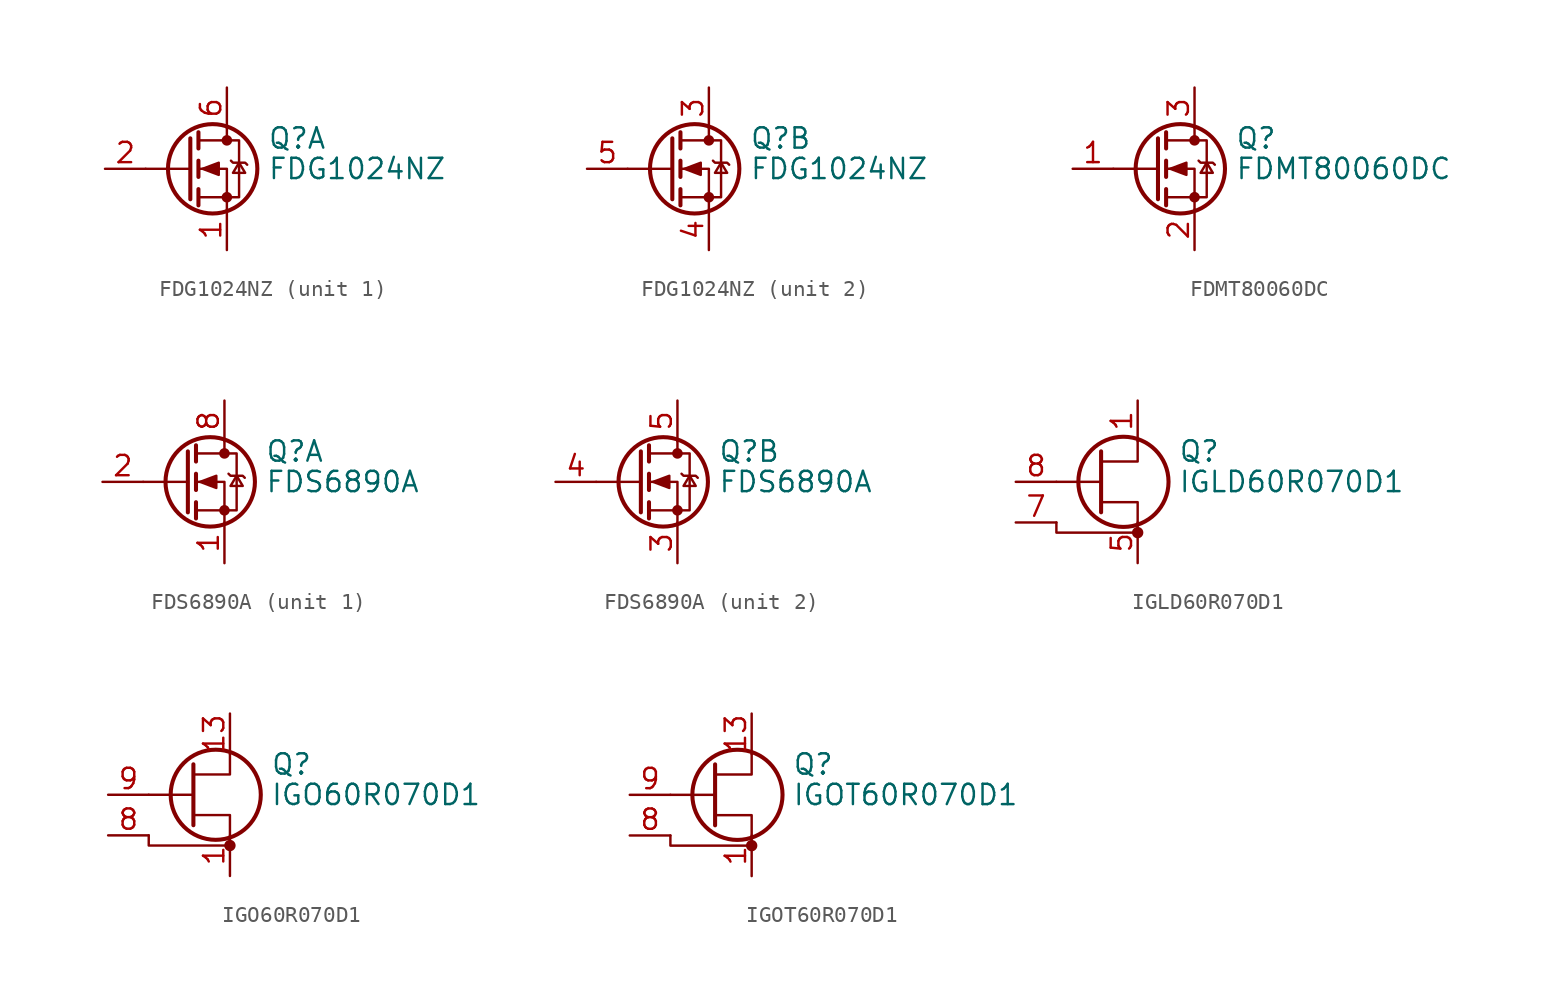
<source format=kicad_sym>
(kicad_symbol_lib
  (version 20211014)
  (generator kicad_symbol_editor)
  (symbol "FDG1024NZ"
    (pin_names hide)
    (property "Reference" "Q"
      (at 5.08 1.905 0)
      (effects (font (size 1.27 1.27)) (justify left)))
    (property "Value" "FDG1024NZ"
      (at 5.08 0 0)
      (effects (font (size 1.27 1.27)) (justify left)))
    (symbol "FDG1024NZ_0_1"
      (polyline (pts (xy 0.254 0) (xy -2.54 0)) (stroke (width 0) (type default) (color 0 0 0 0)) (fill (type none)))
      (polyline (pts (xy 0.254 1.905) (xy 0.254 -1.905)) (stroke (width 0.254) (type default) (color 0 0 0 0)) (fill (type none)))
      (polyline (pts (xy 0.762 -1.27) (xy 0.762 -2.286)) (stroke (width 0.254) (type default) (color 0 0 0 0)) (fill (type none)))
      (polyline (pts (xy 0.762 0.508) (xy 0.762 -0.508)) (stroke (width 0.254) (type default) (color 0 0 0 0)) (fill (type none)))
      (polyline (pts (xy 0.762 2.286) (xy 0.762 1.27)) (stroke (width 0.254) (type default) (color 0 0 0 0)) (fill (type none)))
      (polyline (pts (xy 2.54 2.54) (xy 2.54 1.778)) (stroke (width 0) (type default) (color 0 0 0 0)) (fill (type none)))
      (polyline (pts (xy 2.54 -2.54) (xy 2.54 0) (xy 0.762 0)) (stroke (width 0) (type default) (color 0 0 0 0)) (fill (type none)))
      (polyline (pts (xy 0.762 -1.778) (xy 3.302 -1.778) (xy 3.302 1.778) (xy 0.762 1.778)) (stroke (width 0) (type default) (color 0 0 0 0)) (fill (type none)))
      (polyline (pts (xy 1.016 0) (xy 2.032 0.381) (xy 2.032 -0.381) (xy 1.016 0)) (stroke (width 0) (type default) (color 0 0 0 0)) (fill (type outline)))
      (polyline (pts (xy 2.794 0.508) (xy 2.921 0.381) (xy 3.683 0.381) (xy 3.81 0.254)) (stroke (width 0) (type default) (color 0 0 0 0)) (fill (type none)))
      (polyline (pts (xy 3.302 0.381) (xy 2.921 -0.254) (xy 3.683 -0.254) (xy 3.302 0.381)) (stroke (width 0) (type default) (color 0 0 0 0)) (fill (type none)))
      (circle (center 1.651 0) (radius 2.794) (stroke (width 0.254) (type default) (color 0 0 0 0)) (fill (type none)))
      (circle (center 2.54 -1.778) (radius 0.254) (stroke (width 0) (type default) (color 0 0 0 0)) (fill (type outline)))
      (circle (center 2.54 1.778) (radius 0.254) (stroke (width 0) (type default) (color 0 0 0 0)) (fill (type outline))))
    (symbol "FDG1024NZ_1_1"
      (pin passive line (at 2.54 -5.08 90) (length 2.54) (name "S" (effects (font (size 1.27 1.27)))) (number "1" (effects (font (size 1.27 1.27)))))
      (pin passive line (at -5.08 0 0) (length 2.54) (name "G" (effects (font (size 1.27 1.27)))) (number "2" (effects (font (size 1.27 1.27)))))
      (pin passive line (at 2.54 5.08 270) (length 2.54) (name "D" (effects (font (size 1.27 1.27)))) (number "6" (effects (font (size 1.27 1.27))))))
    (symbol "FDG1024NZ_2_1"
      (pin passive line (at 2.54 5.08 270) (length 2.54) (name "D" (effects (font (size 1.27 1.27)))) (number "3" (effects (font (size 1.27 1.27)))))
      (pin passive line (at 2.54 -5.08 90) (length 2.54) (name "S" (effects (font (size 1.27 1.27)))) (number "4" (effects (font (size 1.27 1.27)))))
      (pin passive line (at -5.08 0 0) (length 2.54) (name "G" (effects (font (size 1.27 1.27)))) (number "5" (effects (font (size 1.27 1.27)))))))
  (symbol "FDMT80060DC"
    (pin_names hide)
    (property "Reference" "Q"
      (at 5.08 1.905 0)
      (effects (font (size 1.27 1.27)) (justify left)))
    (property "Value" "FDMT80060DC"
      (at 5.08 0 0)
      (effects (font (size 1.27 1.27)) (justify left)))
    (symbol "FDMT80060DC_0_1"
      (polyline (pts (xy 0.254 0) (xy -2.54 0)) (stroke (width 0) (type default) (color 0 0 0 0)) (fill (type none)))
      (polyline (pts (xy 0.254 1.905) (xy 0.254 -1.905)) (stroke (width 0.254) (type default) (color 0 0 0 0)) (fill (type none)))
      (polyline (pts (xy 0.762 -1.27) (xy 0.762 -2.286)) (stroke (width 0.254) (type default) (color 0 0 0 0)) (fill (type none)))
      (polyline (pts (xy 0.762 0.508) (xy 0.762 -0.508)) (stroke (width 0.254) (type default) (color 0 0 0 0)) (fill (type none)))
      (polyline (pts (xy 0.762 2.286) (xy 0.762 1.27)) (stroke (width 0.254) (type default) (color 0 0 0 0)) (fill (type none)))
      (polyline (pts (xy 2.54 2.54) (xy 2.54 1.778)) (stroke (width 0) (type default) (color 0 0 0 0)) (fill (type none)))
      (polyline (pts (xy 2.54 -2.54) (xy 2.54 0) (xy 0.762 0)) (stroke (width 0) (type default) (color 0 0 0 0)) (fill (type none)))
      (polyline (pts (xy 0.762 -1.778) (xy 3.302 -1.778) (xy 3.302 1.778) (xy 0.762 1.778)) (stroke (width 0) (type default) (color 0 0 0 0)) (fill (type none)))
      (polyline (pts (xy 1.016 0) (xy 2.032 0.381) (xy 2.032 -0.381) (xy 1.016 0)) (stroke (width 0) (type default) (color 0 0 0 0)) (fill (type outline)))
      (polyline (pts (xy 2.794 0.508) (xy 2.921 0.381) (xy 3.683 0.381) (xy 3.81 0.254)) (stroke (width 0) (type default) (color 0 0 0 0)) (fill (type none)))
      (polyline (pts (xy 3.302 0.381) (xy 2.921 -0.254) (xy 3.683 -0.254) (xy 3.302 0.381)) (stroke (width 0) (type default) (color 0 0 0 0)) (fill (type none)))
      (circle (center 1.651 0) (radius 2.794) (stroke (width 0.254) (type default) (color 0 0 0 0)) (fill (type none)))
      (circle (center 2.54 -1.778) (radius 0.254) (stroke (width 0) (type default) (color 0 0 0 0)) (fill (type outline)))
      (circle (center 2.54 1.778) (radius 0.254) (stroke (width 0) (type default) (color 0 0 0 0)) (fill (type outline))))
    (symbol "FDMT80060DC_1_1"
      (pin passive line (at -5.08 0 0) (length 2.54) (name "G" (effects (font (size 1.27 1.27)))) (number "1" (effects (font (size 1.27 1.27)))))
      (pin passive line (at 2.54 -5.08 90) (length 2.54) (name "S" (effects (font (size 1.27 1.27)))) (number "2" (effects (font (size 1.27 1.27)))))
      (pin passive line (at 2.54 5.08 270) (length 2.54) (name "D" (effects (font (size 1.27 1.27)))) (number "3" (effects (font (size 1.27 1.27)))))))
  (symbol "FDS6890A"
    (pin_names hide)
    (property "Reference" "Q"
      (at 5.08 1.905 0)
      (effects (font (size 1.27 1.27)) (justify left)))
    (property "Value" "FDS6890A"
      (at 5.08 0 0)
      (effects (font (size 1.27 1.27)) (justify left)))
    (symbol "FDS6890A_0_1"
      (polyline (pts (xy 0.254 0) (xy -2.54 0)) (stroke (width 0) (type default) (color 0 0 0 0)) (fill (type none)))
      (polyline (pts (xy 0.254 1.905) (xy 0.254 -1.905)) (stroke (width 0.254) (type default) (color 0 0 0 0)) (fill (type none)))
      (polyline (pts (xy 0.762 -1.27) (xy 0.762 -2.286)) (stroke (width 0.254) (type default) (color 0 0 0 0)) (fill (type none)))
      (polyline (pts (xy 0.762 0.508) (xy 0.762 -0.508)) (stroke (width 0.254) (type default) (color 0 0 0 0)) (fill (type none)))
      (polyline (pts (xy 0.762 2.286) (xy 0.762 1.27)) (stroke (width 0.254) (type default) (color 0 0 0 0)) (fill (type none)))
      (polyline (pts (xy 2.54 2.54) (xy 2.54 1.778)) (stroke (width 0) (type default) (color 0 0 0 0)) (fill (type none)))
      (polyline (pts (xy 2.54 -2.54) (xy 2.54 0) (xy 0.762 0)) (stroke (width 0) (type default) (color 0 0 0 0)) (fill (type none)))
      (polyline (pts (xy 0.762 -1.778) (xy 3.302 -1.778) (xy 3.302 1.778) (xy 0.762 1.778)) (stroke (width 0) (type default) (color 0 0 0 0)) (fill (type none)))
      (polyline (pts (xy 1.016 0) (xy 2.032 0.381) (xy 2.032 -0.381) (xy 1.016 0)) (stroke (width 0) (type default) (color 0 0 0 0)) (fill (type outline)))
      (polyline (pts (xy 2.794 0.508) (xy 2.921 0.381) (xy 3.683 0.381) (xy 3.81 0.254)) (stroke (width 0) (type default) (color 0 0 0 0)) (fill (type none)))
      (polyline (pts (xy 3.302 0.381) (xy 2.921 -0.254) (xy 3.683 -0.254) (xy 3.302 0.381)) (stroke (width 0) (type default) (color 0 0 0 0)) (fill (type none)))
      (circle (center 1.651 0) (radius 2.794) (stroke (width 0.254) (type default) (color 0 0 0 0)) (fill (type none)))
      (circle (center 2.54 -1.778) (radius 0.254) (stroke (width 0) (type default) (color 0 0 0 0)) (fill (type outline)))
      (circle (center 2.54 1.778) (radius 0.254) (stroke (width 0) (type default) (color 0 0 0 0)) (fill (type outline))))
    (symbol "FDS6890A_1_1"
      (pin passive line (at 2.54 -5.08 90) (length 2.54) (name "S1" (effects (font (size 1.27 1.27)))) (number "1" (effects (font (size 1.27 1.27)))))
      (pin passive line (at -5.08 0 0) (length 2.54) (name "G1" (effects (font (size 1.27 1.27)))) (number "2" (effects (font (size 1.27 1.27)))))
      (pin passive line (at 2.54 5.08 270) (length 2.54) hide (name "D1" (effects (font (size 1.27 1.27)))) (number "7" (effects (font (size 1.27 1.27)))))
      (pin passive line (at 2.54 5.08 270) (length 2.54) (name "D1" (effects (font (size 1.27 1.27)))) (number "8" (effects (font (size 1.27 1.27))))))
    (symbol "FDS6890A_2_1"
      (pin passive line (at 2.54 -5.08 90) (length 2.54) (name "S2" (effects (font (size 1.27 1.27)))) (number "3" (effects (font (size 1.27 1.27)))))
      (pin passive line (at -5.08 0 0) (length 2.54) (name "G2" (effects (font (size 1.27 1.27)))) (number "4" (effects (font (size 1.27 1.27)))))
      (pin passive line (at 2.54 5.08 270) (length 2.54) (name "D2" (effects (font (size 1.27 1.27)))) (number "5" (effects (font (size 1.27 1.27)))))
      (pin passive line (at 2.54 5.08 270) (length 2.54) hide (name "D2" (effects (font (size 1.27 1.27)))) (number "6" (effects (font (size 1.27 1.27)))))))
  (symbol "IGLD60R070D1"
    (pin_names
      (offset 0) hide)
    (property "Reference" "Q"
      (at 5.08 1.905 0)
      (effects (font (size 1.27 1.27)) (justify left)))
    (property "Value" "IGLD60R070D1"
      (at 5.08 0 0)
      (effects (font (size 1.27 1.27)) (justify left)))
    (symbol "IGLD60R070D1_0_1"
      (polyline (pts (xy -2.54 0) (xy 0.254 0)) (stroke (width 0) (type default) (color 0 0 0 0)) (fill (type none)))
      (polyline (pts (xy -2.54 -2.54) (xy -2.54 -3.175) (xy 2.54 -3.175)) (stroke (width 0) (type default) (color 0 0 0 0)) (fill (type none)))
      (polyline (pts (xy 0.254 -1.27) (xy 2.54 -1.27) (xy 2.54 -2.54)) (stroke (width 0) (type default) (color 0 0 0 0)) (fill (type none)))
      (polyline (pts (xy 0.254 1.905) (xy 0.254 -1.905) (xy 0.254 -1.905)) (stroke (width 0.254) (type default) (color 0 0 0 0)) (fill (type none)))
      (polyline (pts (xy 2.54 2.54) (xy 2.54 1.27) (xy 0.254 1.27)) (stroke (width 0) (type default) (color 0 0 0 0)) (fill (type none)))
      (circle (center 1.651 0) (radius 2.819) (stroke (width 0.254) (type default) (color 0 0 0 0)) (fill (type none)))
      (circle (center 2.54 -3.175) (radius 0.279) (stroke (width 0) (type default) (color 0 0 0 0)) (fill (type outline))))
    (symbol "IGLD60R070D1_1_1"
      (pin passive line (at 2.54 5.08 270) (length 2.54) (name "D" (effects (font (size 1.27 1.27)))) (number "1" (effects (font (size 1.27 1.27)))))
      (pin passive line (at 2.54 5.08 270) (length 2.54) hide (name "D" (effects (font (size 1.27 1.27)))) (number "2" (effects (font (size 1.27 1.27)))))
      (pin passive line (at 2.54 5.08 270) (length 2.54) hide (name "D" (effects (font (size 1.27 1.27)))) (number "3" (effects (font (size 1.27 1.27)))))
      (pin passive line (at 2.54 5.08 270) (length 2.54) hide (name "D" (effects (font (size 1.27 1.27)))) (number "4" (effects (font (size 1.27 1.27)))))
      (pin passive line (at 2.54 -5.08 90) (length 2.54) (name "S" (effects (font (size 1.27 1.27)))) (number "5" (effects (font (size 1.27 1.27)))))
      (pin passive line (at 2.54 -5.08 90) (length 2.54) hide (name "S" (effects (font (size 1.27 1.27)))) (number "6" (effects (font (size 1.27 1.27)))))
      (pin passive line (at -5.08 -2.54 0) (length 2.54) (name "SS" (effects (font (size 1.27 1.27)))) (number "7" (effects (font (size 1.27 1.27)))))
      (pin input line (at -5.08 0 0) (length 2.54) (name "G" (effects (font (size 1.27 1.27)))) (number "8" (effects (font (size 1.27 1.27)))))
      (pin passive line (at 2.54 -5.08 90) (length 2.54) hide (name "S" (effects (font (size 1.27 1.27)))) (number "9" (effects (font (size 1.27 1.27)))))))
  (symbol "IGO60R070D1"
    (pin_names
      (offset 0) hide)
    (property "Reference" "Q"
      (at 5.08 1.905 0)
      (effects (font (size 1.27 1.27)) (justify left)))
    (property "Value" "IGO60R070D1"
      (at 5.08 0 0)
      (effects (font (size 1.27 1.27)) (justify left)))
    (symbol "IGO60R070D1_0_1"
      (polyline (pts (xy -2.54 0) (xy 0.254 0)) (stroke (width 0) (type default) (color 0 0 0 0)) (fill (type none)))
      (polyline (pts (xy -2.54 -2.54) (xy -2.54 -3.175) (xy 2.54 -3.175)) (stroke (width 0) (type default) (color 0 0 0 0)) (fill (type none)))
      (polyline (pts (xy 0.254 -1.27) (xy 2.54 -1.27) (xy 2.54 -2.54)) (stroke (width 0) (type default) (color 0 0 0 0)) (fill (type none)))
      (polyline (pts (xy 0.254 1.905) (xy 0.254 -1.905) (xy 0.254 -1.905)) (stroke (width 0.254) (type default) (color 0 0 0 0)) (fill (type none)))
      (polyline (pts (xy 2.54 2.54) (xy 2.54 1.27) (xy 0.254 1.27)) (stroke (width 0) (type default) (color 0 0 0 0)) (fill (type none)))
      (circle (center 1.651 0) (radius 2.819) (stroke (width 0.254) (type default) (color 0 0 0 0)) (fill (type none)))
      (circle (center 2.54 -3.175) (radius 0.279) (stroke (width 0) (type default) (color 0 0 0 0)) (fill (type outline))))
    (symbol "IGO60R070D1_1_1"
      (pin passive line (at 2.54 -5.08 90) (length 2.54) (name "S" (effects (font (size 1.27 1.27)))) (number "1" (effects (font (size 1.27 1.27)))))
      (pin input line (at -5.08 0 0) (length 2.54) hide (name "G" (effects (font (size 1.27 1.27)))) (number "10" (effects (font (size 1.27 1.27)))))
      (pin passive line (at 2.54 5.08 270) (length 2.54) (name "D" (effects (font (size 1.27 1.27)))) (number "13" (effects (font (size 1.27 1.27)))))
      (pin passive line (at 2.54 5.08 270) (length 2.54) hide (name "D" (effects (font (size 1.27 1.27)))) (number "14" (effects (font (size 1.27 1.27)))))
      (pin passive line (at 2.54 5.08 270) (length 2.54) hide (name "D" (effects (font (size 1.27 1.27)))) (number "15" (effects (font (size 1.27 1.27)))))
      (pin passive line (at 2.54 5.08 270) (length 2.54) hide (name "D" (effects (font (size 1.27 1.27)))) (number "16" (effects (font (size 1.27 1.27)))))
      (pin passive line (at 2.54 5.08 270) (length 2.54) hide (name "D" (effects (font (size 1.27 1.27)))) (number "17" (effects (font (size 1.27 1.27)))))
      (pin passive line (at 2.54 5.08 270) (length 2.54) hide (name "D" (effects (font (size 1.27 1.27)))) (number "18" (effects (font (size 1.27 1.27)))))
      (pin passive line (at 2.54 -5.08 90) (length 2.54) hide (name "S" (effects (font (size 1.27 1.27)))) (number "2" (effects (font (size 1.27 1.27)))))
      (pin passive line (at 2.54 -5.08 90) (length 2.54) hide (name "S" (effects (font (size 1.27 1.27)))) (number "21" (effects (font (size 1.27 1.27)))))
      (pin passive line (at 2.54 -5.08 90) (length 2.54) hide (name "S" (effects (font (size 1.27 1.27)))) (number "3" (effects (font (size 1.27 1.27)))))
      (pin passive line (at 2.54 -5.08 90) (length 2.54) hide (name "S" (effects (font (size 1.27 1.27)))) (number "4" (effects (font (size 1.27 1.27)))))
      (pin passive line (at 2.54 -5.08 90) (length 2.54) hide (name "S" (effects (font (size 1.27 1.27)))) (number "5" (effects (font (size 1.27 1.27)))))
      (pin passive line (at 2.54 -5.08 90) (length 2.54) hide (name "S" (effects (font (size 1.27 1.27)))) (number "6" (effects (font (size 1.27 1.27)))))
      (pin passive line (at 2.54 -5.08 90) (length 2.54) hide (name "S" (effects (font (size 1.27 1.27)))) (number "7" (effects (font (size 1.27 1.27)))))
      (pin passive line (at -5.08 -2.54 0) (length 2.54) (name "SS" (effects (font (size 1.27 1.27)))) (number "8" (effects (font (size 1.27 1.27)))))
      (pin input line (at -5.08 0 0) (length 2.54) (name "G" (effects (font (size 1.27 1.27)))) (number "9" (effects (font (size 1.27 1.27)))))))
  (symbol "IGOT60R070D1"
    (pin_names
      (offset 0) hide)
    (property "Reference" "Q"
      (at 5.08 1.905 0)
      (effects (font (size 1.27 1.27)) (justify left)))
    (property "Value" "IGOT60R070D1"
      (at 5.08 0 0)
      (effects (font (size 1.27 1.27)) (justify left)))
    (symbol "IGOT60R070D1_0_1"
      (polyline (pts (xy -2.54 0) (xy 0.254 0)) (stroke (width 0) (type default) (color 0 0 0 0)) (fill (type none)))
      (polyline (pts (xy -2.54 -2.54) (xy -2.54 -3.175) (xy 2.54 -3.175)) (stroke (width 0) (type default) (color 0 0 0 0)) (fill (type none)))
      (polyline (pts (xy 0.254 -1.27) (xy 2.54 -1.27) (xy 2.54 -2.54)) (stroke (width 0) (type default) (color 0 0 0 0)) (fill (type none)))
      (polyline (pts (xy 0.254 1.905) (xy 0.254 -1.905) (xy 0.254 -1.905)) (stroke (width 0.254) (type default) (color 0 0 0 0)) (fill (type none)))
      (polyline (pts (xy 2.54 2.54) (xy 2.54 1.27) (xy 0.254 1.27)) (stroke (width 0) (type default) (color 0 0 0 0)) (fill (type none)))
      (circle (center 1.651 0) (radius 2.819) (stroke (width 0.254) (type default) (color 0 0 0 0)) (fill (type none)))
      (circle (center 2.54 -3.175) (radius 0.279) (stroke (width 0) (type default) (color 0 0 0 0)) (fill (type outline))))
    (symbol "IGOT60R070D1_1_1"
      (pin passive line (at 2.54 -5.08 90) (length 2.54) (name "S" (effects (font (size 1.27 1.27)))) (number "1" (effects (font (size 1.27 1.27)))))
      (pin input line (at -5.08 0 0) (length 2.54) hide (name "G" (effects (font (size 1.27 1.27)))) (number "10" (effects (font (size 1.27 1.27)))))
      (pin passive line (at 2.54 5.08 270) (length 2.54) (name "D" (effects (font (size 1.27 1.27)))) (number "13" (effects (font (size 1.27 1.27)))))
      (pin passive line (at 2.54 5.08 270) (length 2.54) hide (name "D" (effects (font (size 1.27 1.27)))) (number "14" (effects (font (size 1.27 1.27)))))
      (pin passive line (at 2.54 5.08 270) (length 2.54) hide (name "D" (effects (font (size 1.27 1.27)))) (number "15" (effects (font (size 1.27 1.27)))))
      (pin passive line (at 2.54 5.08 270) (length 2.54) hide (name "D" (effects (font (size 1.27 1.27)))) (number "16" (effects (font (size 1.27 1.27)))))
      (pin passive line (at 2.54 5.08 270) (length 2.54) hide (name "D" (effects (font (size 1.27 1.27)))) (number "17" (effects (font (size 1.27 1.27)))))
      (pin passive line (at 2.54 5.08 270) (length 2.54) hide (name "D" (effects (font (size 1.27 1.27)))) (number "18" (effects (font (size 1.27 1.27)))))
      (pin passive line (at 2.54 -5.08 90) (length 2.54) hide (name "S" (effects (font (size 1.27 1.27)))) (number "2" (effects (font (size 1.27 1.27)))))
      (pin passive line (at 2.54 -5.08 90) (length 2.54) hide (name "S" (effects (font (size 1.27 1.27)))) (number "3" (effects (font (size 1.27 1.27)))))
      (pin passive line (at 2.54 -5.08 90) (length 2.54) hide (name "S" (effects (font (size 1.27 1.27)))) (number "4" (effects (font (size 1.27 1.27)))))
      (pin passive line (at 2.54 -5.08 90) (length 2.54) hide (name "S" (effects (font (size 1.27 1.27)))) (number "5" (effects (font (size 1.27 1.27)))))
      (pin passive line (at 2.54 -5.08 90) (length 2.54) hide (name "S" (effects (font (size 1.27 1.27)))) (number "6" (effects (font (size 1.27 1.27)))))
      (pin passive line (at 2.54 -5.08 90) (length 2.54) hide (name "S" (effects (font (size 1.27 1.27)))) (number "7" (effects (font (size 1.27 1.27)))))
      (pin passive line (at -5.08 -2.54 0) (length 2.54) (name "SS" (effects (font (size 1.27 1.27)))) (number "8" (effects (font (size 1.27 1.27)))))
      (pin input line (at -5.08 0 0) (length 2.54) (name "G" (effects (font (size 1.27 1.27)))) (number "9" (effects (font (size 1.27 1.27))))))))
</source>
